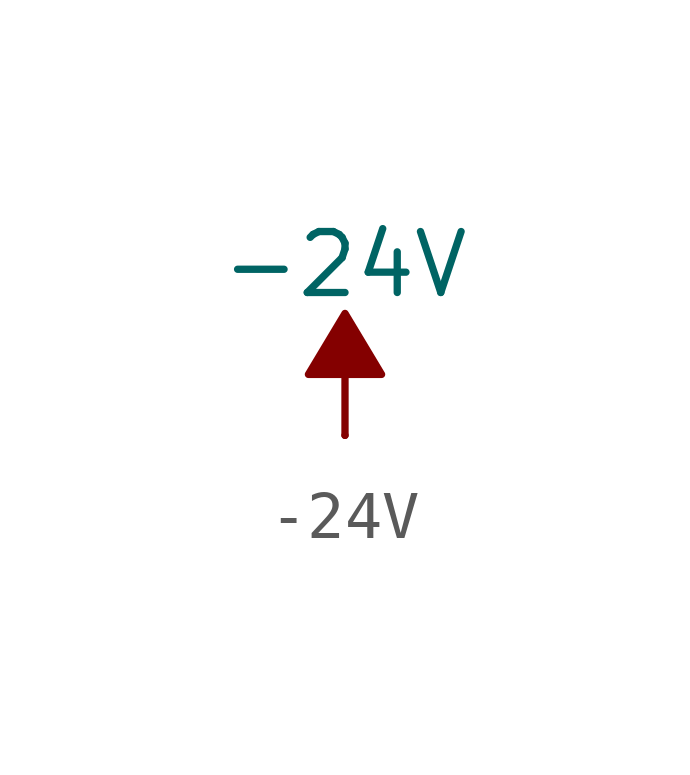
<source format=kicad_sym>
(kicad_symbol_lib
  (version 20241209)
  (generator "kicad_symbol_editor")
  (generator_version "9.0")
  (symbol "-24V"
    (power)
    (pin_numbers
      (hide yes))
    (pin_names
      (offset 0)
      (hide yes))
    (property "Reference" "#PWR"
      (at 0 -3.81 0)
      (effects (font (size 1.27 1.27)) (hide yes)))
    (property "Value" "-24V"
      (at 0 3.556 0)
      (effects (font (size 1.27 1.27))))
    (symbol "-24V_0_0"
      (pin power_in line (at 0 0 90) (length 0) (name "~" (effects (font (size 1.27 1.27)))) (number "1" (effects (font (size 1.27 1.27))))))
    (symbol "-24V_0_1"
      (polyline (pts (xy 0 0) (xy 0 1.27) (xy 0.762 1.27) (xy 0 2.54) (xy -0.762 1.27) (xy 0 1.27)) (stroke (width 0) (type default)) (fill (type outline))))))
</source>
